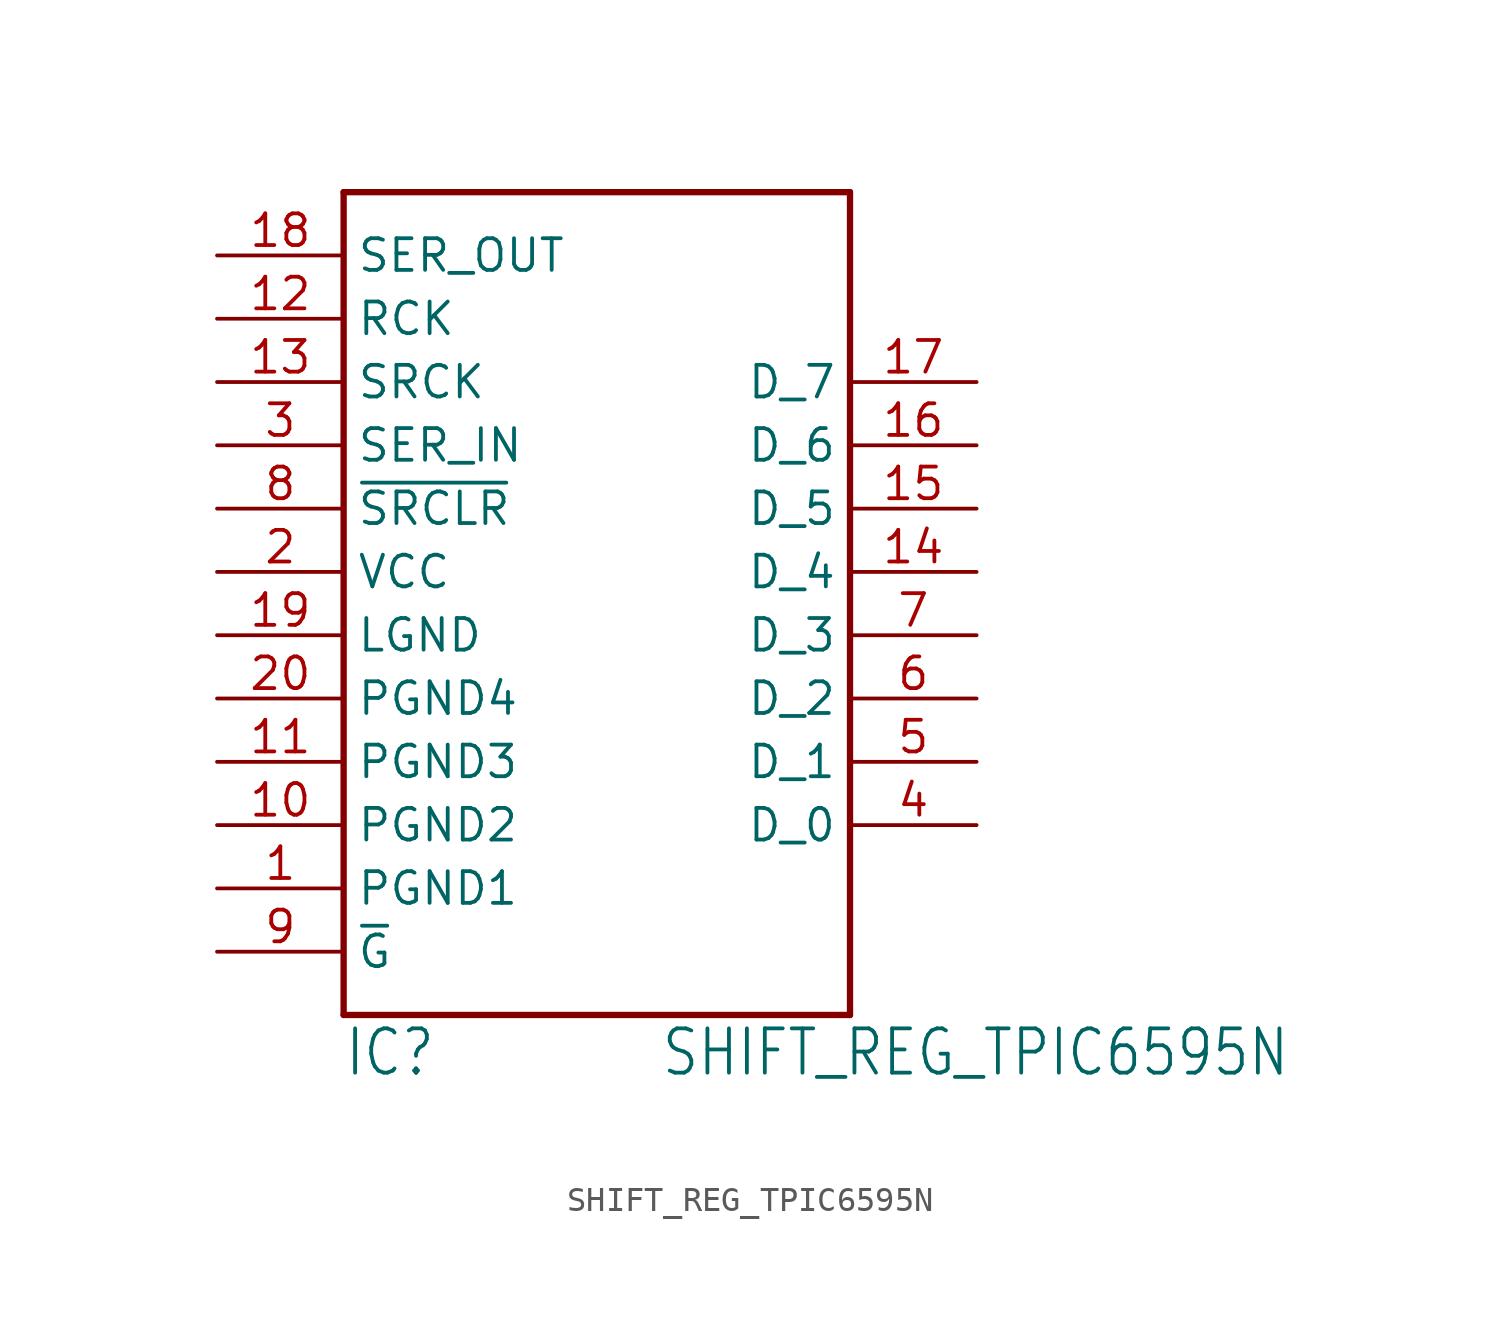
<source format=kicad_sym>
(kicad_symbol_lib
  (version 20211014)
  (generator kicad_symbol_editor)
  (symbol "SHIFT_REG_TPIC6595N"
    (property "Reference" "IC"
      (at -10.16 -20.32 0)
      (effects (font (size 1.778 1.511)) (justify left bottom)))
    (property "Value" "SHIFT_REG_TPIC6595N"
      (at 2.54 -20.32 0)
      (effects (font (size 1.778 1.511)) (justify left bottom)))
    (property "ki_locked" ""
      (at 0 0 0)
      (effects (font (size 1.27 1.27))))
    (symbol "SHIFT_REG_TPIC6595N_1_0"
      (polyline (pts (xy -10.16 -17.78) (xy 10.16 -17.78)) (stroke (width 0.254) (type default) (color 0 0 0 0)) (fill (type none)))
      (polyline (pts (xy -10.16 15.24) (xy -10.16 -17.78)) (stroke (width 0.254) (type default) (color 0 0 0 0)) (fill (type none)))
      (polyline (pts (xy 10.16 -17.78) (xy 10.16 15.24)) (stroke (width 0.254) (type default) (color 0 0 0 0)) (fill (type none)))
      (polyline (pts (xy 10.16 15.24) (xy -10.16 15.24)) (stroke (width 0.254) (type default) (color 0 0 0 0)) (fill (type none)))
      (pin power_in line (at -15.24 -12.7 0) (length 5.08) (name "PGND1" (effects (font (size 1.27 1.27)))) (number "1" (effects (font (size 1.27 1.27)))))
      (pin power_in line (at -15.24 -10.16 0) (length 5.08) (name "PGND2" (effects (font (size 1.27 1.27)))) (number "10" (effects (font (size 1.27 1.27)))))
      (pin power_in line (at -15.24 -7.62 0) (length 5.08) (name "PGND3" (effects (font (size 1.27 1.27)))) (number "11" (effects (font (size 1.27 1.27)))))
      (pin bidirectional line (at -15.24 10.16 0) (length 5.08) (name "RCK" (effects (font (size 1.27 1.27)))) (number "12" (effects (font (size 1.27 1.27)))))
      (pin bidirectional line (at -15.24 7.62 0) (length 5.08) (name "SRCK" (effects (font (size 1.27 1.27)))) (number "13" (effects (font (size 1.27 1.27)))))
      (pin bidirectional line (at 15.24 0 180) (length 5.08) (name "D_4" (effects (font (size 1.27 1.27)))) (number "14" (effects (font (size 1.27 1.27)))))
      (pin bidirectional line (at 15.24 2.54 180) (length 5.08) (name "D_5" (effects (font (size 1.27 1.27)))) (number "15" (effects (font (size 1.27 1.27)))))
      (pin bidirectional line (at 15.24 5.08 180) (length 5.08) (name "D_6" (effects (font (size 1.27 1.27)))) (number "16" (effects (font (size 1.27 1.27)))))
      (pin bidirectional line (at 15.24 7.62 180) (length 5.08) (name "D_7" (effects (font (size 1.27 1.27)))) (number "17" (effects (font (size 1.27 1.27)))))
      (pin bidirectional line (at -15.24 12.7 0) (length 5.08) (name "SER_OUT" (effects (font (size 1.27 1.27)))) (number "18" (effects (font (size 1.27 1.27)))))
      (pin power_in line (at -15.24 -2.54 0) (length 5.08) (name "LGND" (effects (font (size 1.27 1.27)))) (number "19" (effects (font (size 1.27 1.27)))))
      (pin power_in line (at -15.24 0 0) (length 5.08) (name "VCC" (effects (font (size 1.27 1.27)))) (number "2" (effects (font (size 1.27 1.27)))))
      (pin power_in line (at -15.24 -5.08 0) (length 5.08) (name "PGND4" (effects (font (size 1.27 1.27)))) (number "20" (effects (font (size 1.27 1.27)))))
      (pin bidirectional line (at -15.24 5.08 0) (length 5.08) (name "SER_IN" (effects (font (size 1.27 1.27)))) (number "3" (effects (font (size 1.27 1.27)))))
      (pin bidirectional line (at 15.24 -10.16 180) (length 5.08) (name "D_0" (effects (font (size 1.27 1.27)))) (number "4" (effects (font (size 1.27 1.27)))))
      (pin bidirectional line (at 15.24 -7.62 180) (length 5.08) (name "D_1" (effects (font (size 1.27 1.27)))) (number "5" (effects (font (size 1.27 1.27)))))
      (pin bidirectional line (at 15.24 -5.08 180) (length 5.08) (name "D_2" (effects (font (size 1.27 1.27)))) (number "6" (effects (font (size 1.27 1.27)))))
      (pin bidirectional line (at 15.24 -2.54 180) (length 5.08) (name "D_3" (effects (font (size 1.27 1.27)))) (number "7" (effects (font (size 1.27 1.27)))))
      (pin bidirectional line (at -15.24 2.54 0) (length 5.08) (name "~{SRCLR}" (effects (font (size 1.27 1.27)))) (number "8" (effects (font (size 1.27 1.27)))))
      (pin bidirectional line (at -15.24 -15.24 0) (length 5.08) (name "~{G}" (effects (font (size 1.27 1.27)))) (number "9" (effects (font (size 1.27 1.27))))))))
</source>
